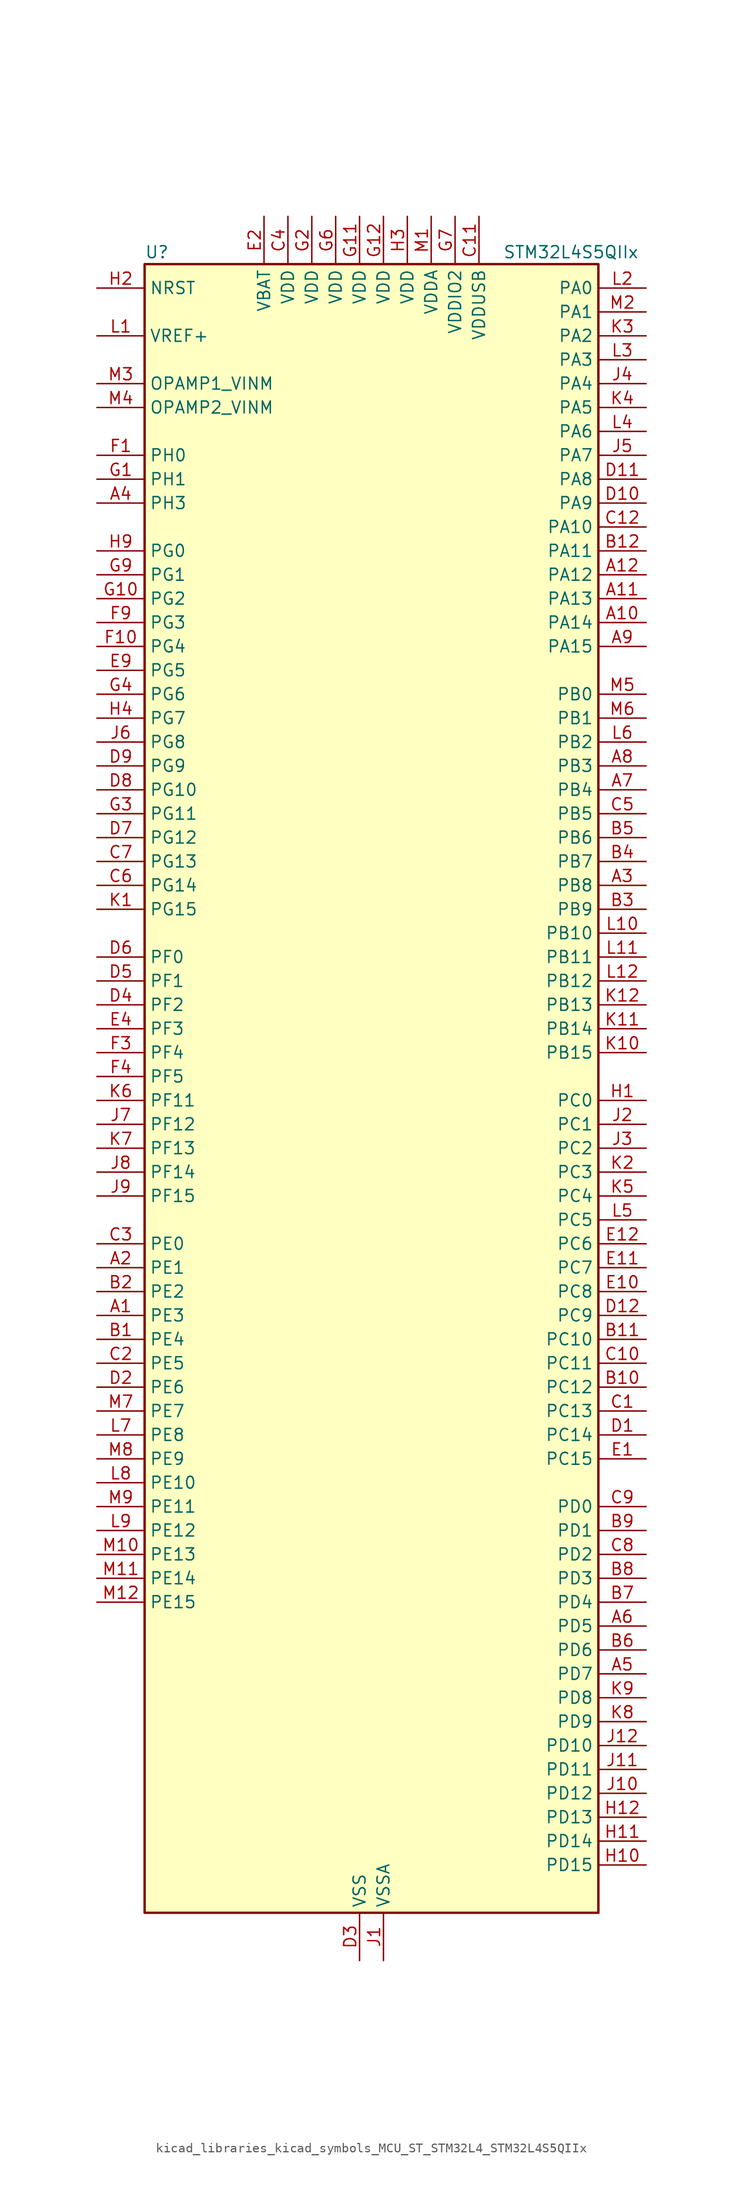
<source format=kicad_sym>
(kicad_symbol_lib
  (version 20220914)
  (generator kicad_symbol_editor)
  (symbol "kicad_libraries_kicad_symbols_MCU_ST_STM32L4_STM32L4S5QIIx"
    (property "Reference" "U"
      (at -22.86 90.17 0)
      (effects (font (size 1.27 1.27)) (justify left)))
    (property "Value" "STM32L4S5QIIx"
      (at 15.24 90.17 0)
      (effects (font (size 1.27 1.27)) (justify left)))
    (property "ki_locked" ""
      (at 0 0 0)
      (effects (font (size 1.27 1.27))))
    (symbol "kicad_libraries_kicad_symbols_MCU_ST_STM32L4_STM32L4S5QIIx_0_1"
      (rectangle (start -22.86 -86.36) (end 25.4 88.9) (stroke (width 0.254) (type default)) (fill (type background))))
    (symbol "kicad_libraries_kicad_symbols_MCU_ST_STM32L4_STM32L4S5QIIx_1_1"
      (pin bidirectional line (at -27.94 -22.86 0) (length 5.08) (name "PE3" (effects (font (size 1.27 1.27)))) (number "A1" (effects (font (size 1.27 1.27)))) (alternate "FMC_A19" bidirectional line) (alternate "OCTOSPIM_P1_DQS" bidirectional line) (alternate "SAI1_SD_B" bidirectional line) (alternate "SYS_TRACED0" bidirectional line) (alternate "TIM3_CH1" bidirectional line) (alternate "TSC_G7_IO2" bidirectional line))
      (pin bidirectional line (at 30.48 50.8 180) (length 5.08) (name "PA14" (effects (font (size 1.27 1.27)))) (number "A10" (effects (font (size 1.27 1.27)))) (alternate "I2C1_SMBA" bidirectional line) (alternate "I2C4_SMBA" bidirectional line) (alternate "LPTIM1_OUT" bidirectional line) (alternate "SAI1_FS_B" bidirectional line) (alternate "SYS_JTCK-SWCLK" bidirectional line) (alternate "USB_OTG_FS_SOF" bidirectional line))
      (pin bidirectional line (at 30.48 53.34 180) (length 5.08) (name "PA13" (effects (font (size 1.27 1.27)))) (number "A11" (effects (font (size 1.27 1.27)))) (alternate "IR_OUT" bidirectional line) (alternate "SAI1_SD_B" bidirectional line) (alternate "SYS_JTMS-SWDIO" bidirectional line) (alternate "USB_OTG_FS_NOE" bidirectional line))
      (pin bidirectional line (at 30.48 55.88 180) (length 5.08) (name "PA12" (effects (font (size 1.27 1.27)))) (number "A12" (effects (font (size 1.27 1.27)))) (alternate "CAN1_TX" bidirectional line) (alternate "SPI1_MOSI" bidirectional line) (alternate "TIM1_ETR" bidirectional line) (alternate "USART1_DE" bidirectional line) (alternate "USART1_RTS" bidirectional line) (alternate "USB_OTG_FS_DP" bidirectional line))
      (pin bidirectional line (at -27.94 -17.78 0) (length 5.08) (name "PE1" (effects (font (size 1.27 1.27)))) (number "A2" (effects (font (size 1.27 1.27)))) (alternate "DCMI_D3" bidirectional line) (alternate "FMC_NBL1" bidirectional line) (alternate "TIM17_CH1" bidirectional line))
      (pin bidirectional line (at 30.48 22.86 180) (length 5.08) (name "PB8" (effects (font (size 1.27 1.27)))) (number "A3" (effects (font (size 1.27 1.27)))) (alternate "CAN1_RX" bidirectional line) (alternate "DCMI_D6" bidirectional line) (alternate "DFSDM1_CKOUT" bidirectional line) (alternate "DFSDM1_DATIN6" bidirectional line) (alternate "I2C1_SCL" bidirectional line) (alternate "SAI1_CK1" bidirectional line) (alternate "SAI1_MCLK_A" bidirectional line) (alternate "SDMMC1_CKIN" bidirectional line) (alternate "SDMMC1_D4" bidirectional line) (alternate "TIM16_CH1" bidirectional line) (alternate "TIM4_CH3" bidirectional line))
      (pin bidirectional line (at -27.94 63.5 0) (length 5.08) (name "PH3" (effects (font (size 1.27 1.27)))) (number "A4" (effects (font (size 1.27 1.27)))))
      (pin bidirectional line (at 30.48 -60.96 180) (length 5.08) (name "PD7" (effects (font (size 1.27 1.27)))) (number "A5" (effects (font (size 1.27 1.27)))) (alternate "DFSDM1_CKIN1" bidirectional line) (alternate "FMC_NCE" bidirectional line) (alternate "FMC_NE1" bidirectional line) (alternate "OCTOSPIM_P1_IO7" bidirectional line) (alternate "USART2_CK" bidirectional line))
      (pin bidirectional line (at 30.48 -55.88 180) (length 5.08) (name "PD5" (effects (font (size 1.27 1.27)))) (number "A6" (effects (font (size 1.27 1.27)))) (alternate "FMC_NWE" bidirectional line) (alternate "OCTOSPIM_P1_IO5" bidirectional line) (alternate "USART2_TX" bidirectional line))
      (pin bidirectional line (at 30.48 33.02 180) (length 5.08) (name "PB4" (effects (font (size 1.27 1.27)))) (number "A7" (effects (font (size 1.27 1.27)))) (alternate "COMP2_INP" bidirectional line) (alternate "DCMI_D12" bidirectional line) (alternate "I2C3_SDA" bidirectional line) (alternate "SAI1_MCLK_B" bidirectional line) (alternate "SPI1_MISO" bidirectional line) (alternate "SPI3_MISO" bidirectional line) (alternate "SYS_JTRST" bidirectional line) (alternate "TIM17_BKIN" bidirectional line) (alternate "TIM3_CH1" bidirectional line) (alternate "TSC_G2_IO1" bidirectional line) (alternate "UART5_DE" bidirectional line) (alternate "UART5_RTS" bidirectional line) (alternate "USART1_CTS" bidirectional line) (alternate "USART1_NSS" bidirectional line))
      (pin bidirectional line (at 30.48 35.56 180) (length 5.08) (name "PB3" (effects (font (size 1.27 1.27)))) (number "A8" (effects (font (size 1.27 1.27)))) (alternate "COMP2_INM" bidirectional line) (alternate "CRS_SYNC" bidirectional line) (alternate "SAI1_SCK_B" bidirectional line) (alternate "SPI1_SCK" bidirectional line) (alternate "SPI3_SCK" bidirectional line) (alternate "SYS_JTDO-SWO" bidirectional line) (alternate "TIM2_CH2" bidirectional line) (alternate "USART1_DE" bidirectional line) (alternate "USART1_RTS" bidirectional line))
      (pin bidirectional line (at 30.48 48.26 180) (length 5.08) (name "PA15" (effects (font (size 1.27 1.27)))) (number "A9" (effects (font (size 1.27 1.27)))) (alternate "ADC1_EXTI15" bidirectional line) (alternate "SAI2_FS_B" bidirectional line) (alternate "SPI1_NSS" bidirectional line) (alternate "SPI3_NSS" bidirectional line) (alternate "SYS_JTDI" bidirectional line) (alternate "TIM2_CH1" bidirectional line) (alternate "TIM2_ETR" bidirectional line) (alternate "TSC_G3_IO1" bidirectional line) (alternate "UART4_DE" bidirectional line) (alternate "UART4_RTS" bidirectional line) (alternate "USART2_RX" bidirectional line) (alternate "USART3_DE" bidirectional line) (alternate "USART3_RTS" bidirectional line))
      (pin bidirectional line (at -27.94 -25.4 0) (length 5.08) (name "PE4" (effects (font (size 1.27 1.27)))) (number "B1" (effects (font (size 1.27 1.27)))) (alternate "DCMI_D4" bidirectional line) (alternate "DFSDM1_DATIN3" bidirectional line) (alternate "FMC_A20" bidirectional line) (alternate "SAI1_D2" bidirectional line) (alternate "SAI1_FS_A" bidirectional line) (alternate "SYS_TRACED1" bidirectional line) (alternate "TIM3_CH2" bidirectional line) (alternate "TSC_G7_IO3" bidirectional line))
      (pin bidirectional line (at 30.48 -30.48 180) (length 5.08) (name "PC12" (effects (font (size 1.27 1.27)))) (number "B10" (effects (font (size 1.27 1.27)))) (alternate "DCMI_D9" bidirectional line) (alternate "SAI2_SD_B" bidirectional line) (alternate "SDMMC1_CK" bidirectional line) (alternate "SPI3_MOSI" bidirectional line) (alternate "SYS_TRACED3" bidirectional line) (alternate "TSC_G3_IO4" bidirectional line) (alternate "UART5_TX" bidirectional line) (alternate "USART3_CK" bidirectional line))
      (pin bidirectional line (at 30.48 -25.4 180) (length 5.08) (name "PC10" (effects (font (size 1.27 1.27)))) (number "B11" (effects (font (size 1.27 1.27)))) (alternate "DCMI_D8" bidirectional line) (alternate "SAI2_SCK_B" bidirectional line) (alternate "SDMMC1_D2" bidirectional line) (alternate "SPI3_SCK" bidirectional line) (alternate "SYS_TRACED1" bidirectional line) (alternate "TSC_G3_IO2" bidirectional line) (alternate "UART4_TX" bidirectional line) (alternate "USART3_TX" bidirectional line))
      (pin bidirectional line (at 30.48 58.42 180) (length 5.08) (name "PA11" (effects (font (size 1.27 1.27)))) (number "B12" (effects (font (size 1.27 1.27)))) (alternate "ADC1_EXTI11" bidirectional line) (alternate "CAN1_RX" bidirectional line) (alternate "SPI1_MISO" bidirectional line) (alternate "TIM1_BKIN2" bidirectional line) (alternate "TIM1_CH4" bidirectional line) (alternate "USART1_CTS" bidirectional line) (alternate "USART1_NSS" bidirectional line) (alternate "USB_OTG_FS_DM" bidirectional line))
      (pin bidirectional line (at -27.94 -20.32 0) (length 5.08) (name "PE2" (effects (font (size 1.27 1.27)))) (number "B2" (effects (font (size 1.27 1.27)))) (alternate "FMC_A23" bidirectional line) (alternate "SAI1_CK1" bidirectional line) (alternate "SAI1_MCLK_A" bidirectional line) (alternate "SYS_TRACECLK" bidirectional line) (alternate "TIM3_ETR" bidirectional line) (alternate "TSC_G7_IO1" bidirectional line))
      (pin bidirectional line (at 30.48 20.32 180) (length 5.08) (name "PB9" (effects (font (size 1.27 1.27)))) (number "B3" (effects (font (size 1.27 1.27)))) (alternate "CAN1_TX" bidirectional line) (alternate "DAC1_EXTI9" bidirectional line) (alternate "DCMI_D7" bidirectional line) (alternate "DFSDM1_CKIN6" bidirectional line) (alternate "I2C1_SDA" bidirectional line) (alternate "IR_OUT" bidirectional line) (alternate "SAI1_D2" bidirectional line) (alternate "SAI1_FS_A" bidirectional line) (alternate "SDMMC1_CDIR" bidirectional line) (alternate "SDMMC1_D5" bidirectional line) (alternate "SPI2_NSS" bidirectional line) (alternate "TIM17_CH1" bidirectional line) (alternate "TIM4_CH4" bidirectional line))
      (pin bidirectional line (at 30.48 25.4 180) (length 5.08) (name "PB7" (effects (font (size 1.27 1.27)))) (number "B4" (effects (font (size 1.27 1.27)))) (alternate "COMP2_INM" bidirectional line) (alternate "DCMI_VSYNC" bidirectional line) (alternate "DFSDM1_CKIN5" bidirectional line) (alternate "FMC_NL" bidirectional line) (alternate "I2C1_SDA" bidirectional line) (alternate "I2C4_SDA" bidirectional line) (alternate "LPTIM1_IN2" bidirectional line) (alternate "SYS_PVD_IN" bidirectional line) (alternate "TIM17_CH1N" bidirectional line) (alternate "TIM4_CH2" bidirectional line) (alternate "TIM8_BKIN" bidirectional line) (alternate "TSC_G2_IO4" bidirectional line) (alternate "UART4_CTS" bidirectional line) (alternate "USART1_RX" bidirectional line))
      (pin bidirectional line (at 30.48 27.94 180) (length 5.08) (name "PB6" (effects (font (size 1.27 1.27)))) (number "B5" (effects (font (size 1.27 1.27)))) (alternate "COMP2_INP" bidirectional line) (alternate "DCMI_D5" bidirectional line) (alternate "DFSDM1_DATIN5" bidirectional line) (alternate "I2C1_SCL" bidirectional line) (alternate "I2C4_SCL" bidirectional line) (alternate "LPTIM1_ETR" bidirectional line) (alternate "SAI1_FS_B" bidirectional line) (alternate "TIM16_CH1N" bidirectional line) (alternate "TIM4_CH1" bidirectional line) (alternate "TIM8_BKIN2" bidirectional line) (alternate "TSC_G2_IO3" bidirectional line) (alternate "USART1_TX" bidirectional line))
      (pin bidirectional line (at 30.48 -58.42 180) (length 5.08) (name "PD6" (effects (font (size 1.27 1.27)))) (number "B6" (effects (font (size 1.27 1.27)))) (alternate "DCMI_D10" bidirectional line) (alternate "DFSDM1_DATIN1" bidirectional line) (alternate "FMC_NWAIT" bidirectional line) (alternate "OCTOSPIM_P1_IO6" bidirectional line) (alternate "SAI1_D1" bidirectional line) (alternate "SAI1_SD_A" bidirectional line) (alternate "SPI3_MOSI" bidirectional line) (alternate "USART2_RX" bidirectional line))
      (pin bidirectional line (at 30.48 -53.34 180) (length 5.08) (name "PD4" (effects (font (size 1.27 1.27)))) (number "B7" (effects (font (size 1.27 1.27)))) (alternate "DFSDM1_CKIN0" bidirectional line) (alternate "FMC_NOE" bidirectional line) (alternate "OCTOSPIM_P1_IO4" bidirectional line) (alternate "SPI2_MOSI" bidirectional line) (alternate "USART2_DE" bidirectional line) (alternate "USART2_RTS" bidirectional line))
      (pin bidirectional line (at 30.48 -50.8 180) (length 5.08) (name "PD3" (effects (font (size 1.27 1.27)))) (number "B8" (effects (font (size 1.27 1.27)))) (alternate "DCMI_D5" bidirectional line) (alternate "DFSDM1_DATIN0" bidirectional line) (alternate "FMC_CLK" bidirectional line) (alternate "OCTOSPIM_P2_NCS" bidirectional line) (alternate "SPI2_MISO" bidirectional line) (alternate "SPI2_SCK" bidirectional line) (alternate "USART2_CTS" bidirectional line) (alternate "USART2_NSS" bidirectional line))
      (pin bidirectional line (at 30.48 -45.72 180) (length 5.08) (name "PD1" (effects (font (size 1.27 1.27)))) (number "B9" (effects (font (size 1.27 1.27)))) (alternate "CAN1_TX" bidirectional line) (alternate "DFSDM1_CKIN7" bidirectional line) (alternate "FMC_D3" bidirectional line) (alternate "FMC_DA3" bidirectional line) (alternate "SPI2_SCK" bidirectional line))
      (pin bidirectional line (at 30.48 -33.02 180) (length 5.08) (name "PC13" (effects (font (size 1.27 1.27)))) (number "C1" (effects (font (size 1.27 1.27)))) (alternate "RTC_OUT_ALARM" bidirectional line) (alternate "RTC_OUT_CALIB" bidirectional line) (alternate "RTC_TAMP1" bidirectional line) (alternate "RTC_TS" bidirectional line) (alternate "SYS_WKUP2" bidirectional line))
      (pin bidirectional line (at 30.48 -27.94 180) (length 5.08) (name "PC11" (effects (font (size 1.27 1.27)))) (number "C10" (effects (font (size 1.27 1.27)))) (alternate "ADC1_EXTI11" bidirectional line) (alternate "DCMI_D2" bidirectional line) (alternate "DCMI_D4" bidirectional line) (alternate "OCTOSPIM_P1_NCS" bidirectional line) (alternate "SAI2_MCLK_B" bidirectional line) (alternate "SDMMC1_D3" bidirectional line) (alternate "SPI3_MISO" bidirectional line) (alternate "TSC_G3_IO3" bidirectional line) (alternate "UART4_RX" bidirectional line) (alternate "USART3_RX" bidirectional line))
      (pin power_in line (at 12.7 93.98 270) (length 5.08) (name "VDDUSB" (effects (font (size 1.27 1.27)))) (number "C11" (effects (font (size 1.27 1.27)))))
      (pin bidirectional line (at 30.48 60.96 180) (length 5.08) (name "PA10" (effects (font (size 1.27 1.27)))) (number "C12" (effects (font (size 1.27 1.27)))) (alternate "DCMI_D1" bidirectional line) (alternate "SAI1_D1" bidirectional line) (alternate "SAI1_SD_A" bidirectional line) (alternate "TIM17_BKIN" bidirectional line) (alternate "TIM1_CH3" bidirectional line) (alternate "USART1_RX" bidirectional line) (alternate "USB_OTG_FS_ID" bidirectional line))
      (pin bidirectional line (at -27.94 -27.94 0) (length 5.08) (name "PE5" (effects (font (size 1.27 1.27)))) (number "C2" (effects (font (size 1.27 1.27)))) (alternate "DCMI_D6" bidirectional line) (alternate "DFSDM1_CKIN3" bidirectional line) (alternate "FMC_A21" bidirectional line) (alternate "SAI1_CK2" bidirectional line) (alternate "SAI1_SCK_A" bidirectional line) (alternate "SYS_TRACED2" bidirectional line) (alternate "TIM3_CH3" bidirectional line) (alternate "TSC_G7_IO4" bidirectional line))
      (pin bidirectional line (at -27.94 -15.24 0) (length 5.08) (name "PE0" (effects (font (size 1.27 1.27)))) (number "C3" (effects (font (size 1.27 1.27)))) (alternate "DCMI_D2" bidirectional line) (alternate "FMC_NBL0" bidirectional line) (alternate "TIM16_CH1" bidirectional line) (alternate "TIM4_ETR" bidirectional line))
      (pin power_in line (at -7.62 93.98 270) (length 5.08) (name "VDD" (effects (font (size 1.27 1.27)))) (number "C4" (effects (font (size 1.27 1.27)))))
      (pin bidirectional line (at 30.48 30.48 180) (length 5.08) (name "PB5" (effects (font (size 1.27 1.27)))) (number "C5" (effects (font (size 1.27 1.27)))) (alternate "COMP2_OUT" bidirectional line) (alternate "DCMI_D10" bidirectional line) (alternate "I2C1_SMBA" bidirectional line) (alternate "LPTIM1_IN1" bidirectional line) (alternate "SAI1_SD_B" bidirectional line) (alternate "SPI1_MOSI" bidirectional line) (alternate "SPI3_MOSI" bidirectional line) (alternate "TIM16_BKIN" bidirectional line) (alternate "TIM3_CH2" bidirectional line) (alternate "TSC_G2_IO2" bidirectional line) (alternate "UART5_CTS" bidirectional line) (alternate "USART1_CK" bidirectional line))
      (pin bidirectional line (at -27.94 22.86 0) (length 5.08) (name "PG14" (effects (font (size 1.27 1.27)))) (number "C6" (effects (font (size 1.27 1.27)))) (alternate "FMC_A25" bidirectional line) (alternate "I2C1_SCL" bidirectional line))
      (pin bidirectional line (at -27.94 25.4 0) (length 5.08) (name "PG13" (effects (font (size 1.27 1.27)))) (number "C7" (effects (font (size 1.27 1.27)))) (alternate "FMC_A24" bidirectional line) (alternate "I2C1_SDA" bidirectional line) (alternate "USART1_CK" bidirectional line))
      (pin bidirectional line (at 30.48 -48.26 180) (length 5.08) (name "PD2" (effects (font (size 1.27 1.27)))) (number "C8" (effects (font (size 1.27 1.27)))) (alternate "DCMI_D11" bidirectional line) (alternate "SDMMC1_CMD" bidirectional line) (alternate "SYS_TRACED2" bidirectional line) (alternate "TIM3_ETR" bidirectional line) (alternate "TSC_SYNC" bidirectional line) (alternate "UART5_RX" bidirectional line) (alternate "USART3_DE" bidirectional line) (alternate "USART3_RTS" bidirectional line))
      (pin bidirectional line (at 30.48 -43.18 180) (length 5.08) (name "PD0" (effects (font (size 1.27 1.27)))) (number "C9" (effects (font (size 1.27 1.27)))) (alternate "CAN1_RX" bidirectional line) (alternate "DFSDM1_DATIN7" bidirectional line) (alternate "FMC_D2" bidirectional line) (alternate "FMC_DA2" bidirectional line) (alternate "SPI2_NSS" bidirectional line))
      (pin bidirectional line (at 30.48 -35.56 180) (length 5.08) (name "PC14" (effects (font (size 1.27 1.27)))) (number "D1" (effects (font (size 1.27 1.27)))) (alternate "RCC_OSC32_IN" bidirectional line))
      (pin bidirectional line (at 30.48 63.5 180) (length 5.08) (name "PA9" (effects (font (size 1.27 1.27)))) (number "D10" (effects (font (size 1.27 1.27)))) (alternate "DAC1_EXTI9" bidirectional line) (alternate "DCMI_D0" bidirectional line) (alternate "SAI1_FS_A" bidirectional line) (alternate "SPI2_SCK" bidirectional line) (alternate "TIM15_BKIN" bidirectional line) (alternate "TIM1_CH2" bidirectional line) (alternate "USART1_TX" bidirectional line) (alternate "USB_OTG_FS_VBUS" bidirectional line))
      (pin bidirectional line (at 30.48 66.04 180) (length 5.08) (name "PA8" (effects (font (size 1.27 1.27)))) (number "D11" (effects (font (size 1.27 1.27)))) (alternate "LPTIM2_OUT" bidirectional line) (alternate "RCC_MCO" bidirectional line) (alternate "SAI1_CK2" bidirectional line) (alternate "SAI1_SCK_A" bidirectional line) (alternate "TIM1_CH1" bidirectional line) (alternate "USART1_CK" bidirectional line) (alternate "USB_OTG_FS_SOF" bidirectional line))
      (pin bidirectional line (at 30.48 -22.86 180) (length 5.08) (name "PC9" (effects (font (size 1.27 1.27)))) (number "D12" (effects (font (size 1.27 1.27)))) (alternate "DAC1_EXTI9" bidirectional line) (alternate "DCMI_D3" bidirectional line) (alternate "I2C3_SDA" bidirectional line) (alternate "SAI2_EXTCLK" bidirectional line) (alternate "SDMMC1_D1" bidirectional line) (alternate "SYS_TRACED0" bidirectional line) (alternate "TIM3_CH4" bidirectional line) (alternate "TIM8_BKIN2" bidirectional line) (alternate "TIM8_CH4" bidirectional line) (alternate "TSC_G4_IO4" bidirectional line) (alternate "USB_OTG_FS_NOE" bidirectional line))
      (pin bidirectional line (at -27.94 -30.48 0) (length 5.08) (name "PE6" (effects (font (size 1.27 1.27)))) (number "D2" (effects (font (size 1.27 1.27)))) (alternate "DCMI_D7" bidirectional line) (alternate "FMC_A22" bidirectional line) (alternate "RTC_TAMP3" bidirectional line) (alternate "SAI1_D1" bidirectional line) (alternate "SAI1_SD_A" bidirectional line) (alternate "SYS_TRACED3" bidirectional line) (alternate "SYS_WKUP3" bidirectional line) (alternate "TIM3_CH4" bidirectional line))
      (pin power_in line (at 0 -91.44 90) (length 5.08) (name "VSS" (effects (font (size 1.27 1.27)))) (number "D3" (effects (font (size 1.27 1.27)))))
      (pin bidirectional line (at -27.94 10.16 0) (length 5.08) (name "PF2" (effects (font (size 1.27 1.27)))) (number "D4" (effects (font (size 1.27 1.27)))) (alternate "FMC_A2" bidirectional line) (alternate "I2C2_SMBA" bidirectional line) (alternate "OCTOSPIM_P2_IO2" bidirectional line))
      (pin bidirectional line (at -27.94 12.7 0) (length 5.08) (name "PF1" (effects (font (size 1.27 1.27)))) (number "D5" (effects (font (size 1.27 1.27)))) (alternate "FMC_A1" bidirectional line) (alternate "I2C2_SCL" bidirectional line) (alternate "OCTOSPIM_P2_IO1" bidirectional line))
      (pin bidirectional line (at -27.94 15.24 0) (length 5.08) (name "PF0" (effects (font (size 1.27 1.27)))) (number "D6" (effects (font (size 1.27 1.27)))) (alternate "FMC_A0" bidirectional line) (alternate "I2C2_SDA" bidirectional line) (alternate "OCTOSPIM_P2_IO0" bidirectional line))
      (pin bidirectional line (at -27.94 27.94 0) (length 5.08) (name "PG12" (effects (font (size 1.27 1.27)))) (number "D7" (effects (font (size 1.27 1.27)))) (alternate "FMC_NE4" bidirectional line) (alternate "LPTIM1_ETR" bidirectional line) (alternate "OCTOSPIM_P2_NCS" bidirectional line) (alternate "SAI2_SD_A" bidirectional line) (alternate "SPI3_NSS" bidirectional line) (alternate "USART1_DE" bidirectional line) (alternate "USART1_RTS" bidirectional line))
      (pin bidirectional line (at -27.94 33.02 0) (length 5.08) (name "PG10" (effects (font (size 1.27 1.27)))) (number "D8" (effects (font (size 1.27 1.27)))) (alternate "FMC_NE3" bidirectional line) (alternate "LPTIM1_IN1" bidirectional line) (alternate "OCTOSPIM_P2_IO7" bidirectional line) (alternate "SAI2_FS_A" bidirectional line) (alternate "SPI3_MISO" bidirectional line) (alternate "TIM15_CH1" bidirectional line) (alternate "USART1_RX" bidirectional line))
      (pin bidirectional line (at -27.94 35.56 0) (length 5.08) (name "PG9" (effects (font (size 1.27 1.27)))) (number "D9" (effects (font (size 1.27 1.27)))) (alternate "DAC1_EXTI9" bidirectional line) (alternate "FMC_NCE" bidirectional line) (alternate "FMC_NE2" bidirectional line) (alternate "OCTOSPIM_P2_IO6" bidirectional line) (alternate "SAI2_SCK_A" bidirectional line) (alternate "SPI3_SCK" bidirectional line) (alternate "TIM15_CH1N" bidirectional line) (alternate "USART1_TX" bidirectional line))
      (pin bidirectional line (at 30.48 -38.1 180) (length 5.08) (name "PC15" (effects (font (size 1.27 1.27)))) (number "E1" (effects (font (size 1.27 1.27)))) (alternate "ADC1_EXTI15" bidirectional line) (alternate "RCC_OSC32_OUT" bidirectional line))
      (pin bidirectional line (at 30.48 -20.32 180) (length 5.08) (name "PC8" (effects (font (size 1.27 1.27)))) (number "E10" (effects (font (size 1.27 1.27)))) (alternate "DCMI_D2" bidirectional line) (alternate "SDMMC1_D0" bidirectional line) (alternate "TIM3_CH3" bidirectional line) (alternate "TIM8_CH3" bidirectional line) (alternate "TSC_G4_IO3" bidirectional line))
      (pin bidirectional line (at 30.48 -17.78 180) (length 5.08) (name "PC7" (effects (font (size 1.27 1.27)))) (number "E11" (effects (font (size 1.27 1.27)))) (alternate "DCMI_D1" bidirectional line) (alternate "DFSDM1_DATIN3" bidirectional line) (alternate "SAI2_MCLK_B" bidirectional line) (alternate "SDMMC1_D123DIR" bidirectional line) (alternate "SDMMC1_D7" bidirectional line) (alternate "TIM3_CH2" bidirectional line) (alternate "TIM8_CH2" bidirectional line) (alternate "TSC_G4_IO2" bidirectional line))
      (pin bidirectional line (at 30.48 -15.24 180) (length 5.08) (name "PC6" (effects (font (size 1.27 1.27)))) (number "E12" (effects (font (size 1.27 1.27)))) (alternate "DCMI_D0" bidirectional line) (alternate "DFSDM1_CKIN3" bidirectional line) (alternate "SAI2_MCLK_A" bidirectional line) (alternate "SDMMC1_D0DIR" bidirectional line) (alternate "SDMMC1_D6" bidirectional line) (alternate "TIM3_CH1" bidirectional line) (alternate "TIM8_CH1" bidirectional line) (alternate "TSC_G4_IO1" bidirectional line))
      (pin power_in line (at -10.16 93.98 270) (length 5.08) (name "VBAT" (effects (font (size 1.27 1.27)))) (number "E2" (effects (font (size 1.27 1.27)))))
      (pin passive line (at 0 -91.44 90) (length 5.08) hide (name "VSS" (effects (font (size 1.27 1.27)))) (number "E3" (effects (font (size 1.27 1.27)))))
      (pin bidirectional line (at -27.94 7.62 0) (length 5.08) (name "PF3" (effects (font (size 1.27 1.27)))) (number "E4" (effects (font (size 1.27 1.27)))) (alternate "FMC_A3" bidirectional line) (alternate "OCTOSPIM_P2_IO3" bidirectional line))
      (pin bidirectional line (at -27.94 45.72 0) (length 5.08) (name "PG5" (effects (font (size 1.27 1.27)))) (number "E9" (effects (font (size 1.27 1.27)))) (alternate "FMC_A15" bidirectional line) (alternate "LPUART1_CTS" bidirectional line) (alternate "SAI2_SD_B" bidirectional line) (alternate "SPI1_NSS" bidirectional line))
      (pin bidirectional line (at -27.94 68.58 0) (length 5.08) (name "PH0" (effects (font (size 1.27 1.27)))) (number "F1" (effects (font (size 1.27 1.27)))) (alternate "RCC_OSC_IN" bidirectional line))
      (pin bidirectional line (at -27.94 48.26 0) (length 5.08) (name "PG4" (effects (font (size 1.27 1.27)))) (number "F10" (effects (font (size 1.27 1.27)))) (alternate "FMC_A14" bidirectional line) (alternate "SAI2_MCLK_B" bidirectional line) (alternate "SPI1_MOSI" bidirectional line))
      (pin passive line (at 0 -91.44 90) (length 5.08) hide (name "VSS" (effects (font (size 1.27 1.27)))) (number "F11" (effects (font (size 1.27 1.27)))))
      (pin passive line (at 0 -91.44 90) (length 5.08) hide (name "VSS" (effects (font (size 1.27 1.27)))) (number "F12" (effects (font (size 1.27 1.27)))))
      (pin passive line (at 0 -91.44 90) (length 5.08) hide (name "VSS" (effects (font (size 1.27 1.27)))) (number "F2" (effects (font (size 1.27 1.27)))))
      (pin bidirectional line (at -27.94 5.08 0) (length 5.08) (name "PF4" (effects (font (size 1.27 1.27)))) (number "F3" (effects (font (size 1.27 1.27)))) (alternate "FMC_A4" bidirectional line) (alternate "OCTOSPIM_P2_CLK" bidirectional line))
      (pin bidirectional line (at -27.94 2.54 0) (length 5.08) (name "PF5" (effects (font (size 1.27 1.27)))) (number "F4" (effects (font (size 1.27 1.27)))) (alternate "FMC_A5" bidirectional line))
      (pin passive line (at 0 -91.44 90) (length 5.08) hide (name "VSS" (effects (font (size 1.27 1.27)))) (number "F6" (effects (font (size 1.27 1.27)))))
      (pin passive line (at 0 -91.44 90) (length 5.08) hide (name "VSS" (effects (font (size 1.27 1.27)))) (number "F7" (effects (font (size 1.27 1.27)))))
      (pin bidirectional line (at -27.94 50.8 0) (length 5.08) (name "PG3" (effects (font (size 1.27 1.27)))) (number "F9" (effects (font (size 1.27 1.27)))) (alternate "FMC_A13" bidirectional line) (alternate "SAI2_FS_B" bidirectional line) (alternate "SPI1_MISO" bidirectional line))
      (pin bidirectional line (at -27.94 66.04 0) (length 5.08) (name "PH1" (effects (font (size 1.27 1.27)))) (number "G1" (effects (font (size 1.27 1.27)))) (alternate "RCC_OSC_OUT" bidirectional line))
      (pin bidirectional line (at -27.94 53.34 0) (length 5.08) (name "PG2" (effects (font (size 1.27 1.27)))) (number "G10" (effects (font (size 1.27 1.27)))) (alternate "FMC_A12" bidirectional line) (alternate "SAI2_SCK_B" bidirectional line) (alternate "SPI1_SCK" bidirectional line))
      (pin power_in line (at 0 93.98 270) (length 5.08) (name "VDD" (effects (font (size 1.27 1.27)))) (number "G11" (effects (font (size 1.27 1.27)))))
      (pin power_in line (at 2.54 93.98 270) (length 5.08) (name "VDD" (effects (font (size 1.27 1.27)))) (number "G12" (effects (font (size 1.27 1.27)))))
      (pin power_in line (at -5.08 93.98 270) (length 5.08) (name "VDD" (effects (font (size 1.27 1.27)))) (number "G2" (effects (font (size 1.27 1.27)))))
      (pin bidirectional line (at -27.94 30.48 0) (length 5.08) (name "PG11" (effects (font (size 1.27 1.27)))) (number "G3" (effects (font (size 1.27 1.27)))) (alternate "ADC1_EXTI11" bidirectional line) (alternate "LPTIM1_IN2" bidirectional line) (alternate "OCTOSPIM_P1_IO5" bidirectional line) (alternate "SAI2_MCLK_A" bidirectional line) (alternate "SPI3_MOSI" bidirectional line) (alternate "TIM15_CH2" bidirectional line) (alternate "USART1_CTS" bidirectional line) (alternate "USART1_NSS" bidirectional line))
      (pin bidirectional line (at -27.94 43.18 0) (length 5.08) (name "PG6" (effects (font (size 1.27 1.27)))) (number "G4" (effects (font (size 1.27 1.27)))) (alternate "I2C3_SMBA" bidirectional line) (alternate "LPUART1_DE" bidirectional line) (alternate "LPUART1_RTS" bidirectional line) (alternate "OCTOSPIM_P1_DQS" bidirectional line))
      (pin power_in line (at -2.54 93.98 270) (length 5.08) (name "VDD" (effects (font (size 1.27 1.27)))) (number "G6" (effects (font (size 1.27 1.27)))))
      (pin power_in line (at 10.16 93.98 270) (length 5.08) (name "VDDIO2" (effects (font (size 1.27 1.27)))) (number "G7" (effects (font (size 1.27 1.27)))))
      (pin bidirectional line (at -27.94 55.88 0) (length 5.08) (name "PG1" (effects (font (size 1.27 1.27)))) (number "G9" (effects (font (size 1.27 1.27)))) (alternate "FMC_A11" bidirectional line) (alternate "OCTOSPIM_P2_IO5" bidirectional line) (alternate "TSC_G8_IO4" bidirectional line))
      (pin bidirectional line (at 30.48 0 180) (length 5.08) (name "PC0" (effects (font (size 1.27 1.27)))) (number "H1" (effects (font (size 1.27 1.27)))) (alternate "ADC1_IN1" bidirectional line) (alternate "DFSDM1_DATIN4" bidirectional line) (alternate "I2C3_SCL" bidirectional line) (alternate "LPTIM1_IN1" bidirectional line) (alternate "LPTIM2_IN1" bidirectional line) (alternate "LPUART1_RX" bidirectional line) (alternate "SAI2_FS_A" bidirectional line))
      (pin bidirectional line (at 30.48 -81.28 180) (length 5.08) (name "PD15" (effects (font (size 1.27 1.27)))) (number "H10" (effects (font (size 1.27 1.27)))) (alternate "ADC1_EXTI15" bidirectional line) (alternate "FMC_D1" bidirectional line) (alternate "FMC_DA1" bidirectional line) (alternate "TIM4_CH4" bidirectional line))
      (pin bidirectional line (at 30.48 -78.74 180) (length 5.08) (name "PD14" (effects (font (size 1.27 1.27)))) (number "H11" (effects (font (size 1.27 1.27)))) (alternate "FMC_D0" bidirectional line) (alternate "FMC_DA0" bidirectional line) (alternate "TIM4_CH3" bidirectional line))
      (pin bidirectional line (at 30.48 -76.2 180) (length 5.08) (name "PD13" (effects (font (size 1.27 1.27)))) (number "H12" (effects (font (size 1.27 1.27)))) (alternate "FMC_A18" bidirectional line) (alternate "I2C4_SDA" bidirectional line) (alternate "LPTIM2_OUT" bidirectional line) (alternate "TIM4_CH2" bidirectional line) (alternate "TSC_G6_IO4" bidirectional line))
      (pin input line (at -27.94 86.36 0) (length 5.08) (name "NRST" (effects (font (size 1.27 1.27)))) (number "H2" (effects (font (size 1.27 1.27)))))
      (pin power_in line (at 5.08 93.98 270) (length 5.08) (name "VDD" (effects (font (size 1.27 1.27)))) (number "H3" (effects (font (size 1.27 1.27)))))
      (pin bidirectional line (at -27.94 40.64 0) (length 5.08) (name "PG7" (effects (font (size 1.27 1.27)))) (number "H4" (effects (font (size 1.27 1.27)))) (alternate "DFSDM1_CKOUT" bidirectional line) (alternate "FMC_INT" bidirectional line) (alternate "I2C3_SCL" bidirectional line) (alternate "LPUART1_TX" bidirectional line) (alternate "OCTOSPIM_P2_DQS" bidirectional line) (alternate "SAI1_CK1" bidirectional line) (alternate "SAI1_MCLK_A" bidirectional line))
      (pin bidirectional line (at -27.94 58.42 0) (length 5.08) (name "PG0" (effects (font (size 1.27 1.27)))) (number "H9" (effects (font (size 1.27 1.27)))) (alternate "FMC_A10" bidirectional line) (alternate "OCTOSPIM_P2_IO4" bidirectional line) (alternate "TSC_G8_IO3" bidirectional line))
      (pin power_in line (at 2.54 -91.44 90) (length 5.08) (name "VSSA" (effects (font (size 1.27 1.27)))) (number "J1" (effects (font (size 1.27 1.27)))))
      (pin bidirectional line (at 30.48 -73.66 180) (length 5.08) (name "PD12" (effects (font (size 1.27 1.27)))) (number "J10" (effects (font (size 1.27 1.27)))) (alternate "FMC_A17" bidirectional line) (alternate "FMC_ALE" bidirectional line) (alternate "I2C4_SCL" bidirectional line) (alternate "LPTIM2_IN1" bidirectional line) (alternate "SAI2_FS_A" bidirectional line) (alternate "TIM4_CH1" bidirectional line) (alternate "TSC_G6_IO3" bidirectional line) (alternate "USART3_DE" bidirectional line) (alternate "USART3_RTS" bidirectional line))
      (pin bidirectional line (at 30.48 -71.12 180) (length 5.08) (name "PD11" (effects (font (size 1.27 1.27)))) (number "J11" (effects (font (size 1.27 1.27)))) (alternate "ADC1_EXTI11" bidirectional line) (alternate "FMC_A16" bidirectional line) (alternate "FMC_CLE" bidirectional line) (alternate "I2C4_SMBA" bidirectional line) (alternate "LPTIM2_ETR" bidirectional line) (alternate "SAI2_SD_A" bidirectional line) (alternate "TSC_G6_IO2" bidirectional line) (alternate "USART3_CTS" bidirectional line) (alternate "USART3_NSS" bidirectional line))
      (pin bidirectional line (at 30.48 -68.58 180) (length 5.08) (name "PD10" (effects (font (size 1.27 1.27)))) (number "J12" (effects (font (size 1.27 1.27)))) (alternate "FMC_D15" bidirectional line) (alternate "FMC_DA15" bidirectional line) (alternate "SAI2_SCK_A" bidirectional line) (alternate "TSC_G6_IO1" bidirectional line) (alternate "USART3_CK" bidirectional line))
      (pin bidirectional line (at 30.48 -2.54 180) (length 5.08) (name "PC1" (effects (font (size 1.27 1.27)))) (number "J2" (effects (font (size 1.27 1.27)))) (alternate "ADC1_IN2" bidirectional line) (alternate "DFSDM1_CKIN4" bidirectional line) (alternate "I2C3_SDA" bidirectional line) (alternate "LPTIM1_OUT" bidirectional line) (alternate "LPUART1_TX" bidirectional line) (alternate "OCTOSPIM_P1_IO4" bidirectional line) (alternate "SAI1_SD_A" bidirectional line) (alternate "SPI2_MOSI" bidirectional line) (alternate "SYS_TRACED0" bidirectional line))
      (pin bidirectional line (at 30.48 -5.08 180) (length 5.08) (name "PC2" (effects (font (size 1.27 1.27)))) (number "J3" (effects (font (size 1.27 1.27)))) (alternate "ADC1_IN3" bidirectional line) (alternate "DFSDM1_CKOUT" bidirectional line) (alternate "LPTIM1_IN2" bidirectional line) (alternate "OCTOSPIM_P1_IO5" bidirectional line) (alternate "SPI2_MISO" bidirectional line))
      (pin bidirectional line (at 30.48 76.2 180) (length 5.08) (name "PA4" (effects (font (size 1.27 1.27)))) (number "J4" (effects (font (size 1.27 1.27)))) (alternate "ADC1_IN9" bidirectional line) (alternate "DAC1_OUT1" bidirectional line) (alternate "DCMI_HSYNC" bidirectional line) (alternate "LPTIM2_OUT" bidirectional line) (alternate "OCTOSPIM_P1_NCS" bidirectional line) (alternate "SAI1_FS_B" bidirectional line) (alternate "SPI1_NSS" bidirectional line) (alternate "SPI3_NSS" bidirectional line) (alternate "USART2_CK" bidirectional line))
      (pin bidirectional line (at 30.48 68.58 180) (length 5.08) (name "PA7" (effects (font (size 1.27 1.27)))) (number "J5" (effects (font (size 1.27 1.27)))) (alternate "ADC1_IN12" bidirectional line) (alternate "I2C3_SCL" bidirectional line) (alternate "OCTOSPIM_P1_IO2" bidirectional line) (alternate "OPAMP2_VINM" bidirectional line) (alternate "SPI1_MOSI" bidirectional line) (alternate "TIM17_CH1" bidirectional line) (alternate "TIM1_CH1N" bidirectional line) (alternate "TIM3_CH2" bidirectional line) (alternate "TIM8_CH1N" bidirectional line))
      (pin bidirectional line (at -27.94 38.1 0) (length 5.08) (name "PG8" (effects (font (size 1.27 1.27)))) (number "J6" (effects (font (size 1.27 1.27)))) (alternate "I2C3_SDA" bidirectional line) (alternate "LPUART1_RX" bidirectional line))
      (pin bidirectional line (at -27.94 -2.54 0) (length 5.08) (name "PF12" (effects (font (size 1.27 1.27)))) (number "J7" (effects (font (size 1.27 1.27)))) (alternate "FMC_A6" bidirectional line) (alternate "OCTOSPIM_P2_DQS" bidirectional line))
      (pin bidirectional line (at -27.94 -7.62 0) (length 5.08) (name "PF14" (effects (font (size 1.27 1.27)))) (number "J8" (effects (font (size 1.27 1.27)))) (alternate "DFSDM1_CKIN6" bidirectional line) (alternate "FMC_A8" bidirectional line) (alternate "I2C4_SCL" bidirectional line) (alternate "TSC_G8_IO1" bidirectional line))
      (pin bidirectional line (at -27.94 -10.16 0) (length 5.08) (name "PF15" (effects (font (size 1.27 1.27)))) (number "J9" (effects (font (size 1.27 1.27)))) (alternate "ADC1_EXTI15" bidirectional line) (alternate "FMC_A9" bidirectional line) (alternate "I2C4_SDA" bidirectional line) (alternate "TSC_G8_IO2" bidirectional line))
      (pin bidirectional line (at -27.94 20.32 0) (length 5.08) (name "PG15" (effects (font (size 1.27 1.27)))) (number "K1" (effects (font (size 1.27 1.27)))) (alternate "ADC1_EXTI15" bidirectional line) (alternate "DCMI_D13" bidirectional line) (alternate "I2C1_SMBA" bidirectional line) (alternate "LPTIM1_OUT" bidirectional line) (alternate "OCTOSPIM_P2_DQS" bidirectional line))
      (pin bidirectional line (at 30.48 5.08 180) (length 5.08) (name "PB15" (effects (font (size 1.27 1.27)))) (number "K10" (effects (font (size 1.27 1.27)))) (alternate "ADC1_EXTI15" bidirectional line) (alternate "DFSDM1_CKIN2" bidirectional line) (alternate "RTC_REFIN" bidirectional line) (alternate "SAI2_SD_A" bidirectional line) (alternate "SPI2_MOSI" bidirectional line) (alternate "TIM15_CH2" bidirectional line) (alternate "TIM1_CH3N" bidirectional line) (alternate "TIM8_CH3N" bidirectional line) (alternate "TSC_G1_IO4" bidirectional line))
      (pin bidirectional line (at 30.48 7.62 180) (length 5.08) (name "PB14" (effects (font (size 1.27 1.27)))) (number "K11" (effects (font (size 1.27 1.27)))) (alternate "DFSDM1_DATIN2" bidirectional line) (alternate "I2C2_SDA" bidirectional line) (alternate "SAI2_MCLK_A" bidirectional line) (alternate "SPI2_MISO" bidirectional line) (alternate "TIM15_CH1" bidirectional line) (alternate "TIM1_CH2N" bidirectional line) (alternate "TIM8_CH2N" bidirectional line) (alternate "TSC_G1_IO3" bidirectional line) (alternate "USART3_DE" bidirectional line) (alternate "USART3_RTS" bidirectional line))
      (pin bidirectional line (at 30.48 10.16 180) (length 5.08) (name "PB13" (effects (font (size 1.27 1.27)))) (number "K12" (effects (font (size 1.27 1.27)))) (alternate "DFSDM1_CKIN1" bidirectional line) (alternate "I2C2_SCL" bidirectional line) (alternate "LPUART1_CTS" bidirectional line) (alternate "SAI2_SCK_A" bidirectional line) (alternate "SPI2_SCK" bidirectional line) (alternate "TIM15_CH1N" bidirectional line) (alternate "TIM1_CH1N" bidirectional line) (alternate "TSC_G1_IO2" bidirectional line) (alternate "USART3_CTS" bidirectional line) (alternate "USART3_NSS" bidirectional line))
      (pin bidirectional line (at 30.48 -7.62 180) (length 5.08) (name "PC3" (effects (font (size 1.27 1.27)))) (number "K2" (effects (font (size 1.27 1.27)))) (alternate "ADC1_IN4" bidirectional line) (alternate "LPTIM1_ETR" bidirectional line) (alternate "LPTIM2_ETR" bidirectional line) (alternate "OCTOSPIM_P1_IO6" bidirectional line) (alternate "SAI1_D1" bidirectional line) (alternate "SAI1_SD_A" bidirectional line) (alternate "SPI2_MOSI" bidirectional line))
      (pin bidirectional line (at 30.48 81.28 180) (length 5.08) (name "PA2" (effects (font (size 1.27 1.27)))) (number "K3" (effects (font (size 1.27 1.27)))) (alternate "ADC1_IN7" bidirectional line) (alternate "LPUART1_TX" bidirectional line) (alternate "OCTOSPIM_P1_NCS" bidirectional line) (alternate "RCC_LSCO" bidirectional line) (alternate "SAI2_EXTCLK" bidirectional line) (alternate "SYS_WKUP4" bidirectional line) (alternate "TIM15_CH1" bidirectional line) (alternate "TIM2_CH3" bidirectional line) (alternate "TIM5_CH3" bidirectional line) (alternate "USART2_TX" bidirectional line))
      (pin bidirectional line (at 30.48 73.66 180) (length 5.08) (name "PA5" (effects (font (size 1.27 1.27)))) (number "K4" (effects (font (size 1.27 1.27)))) (alternate "ADC1_IN10" bidirectional line) (alternate "DAC1_OUT2" bidirectional line) (alternate "LPTIM2_ETR" bidirectional line) (alternate "SPI1_SCK" bidirectional line) (alternate "TIM2_CH1" bidirectional line) (alternate "TIM2_ETR" bidirectional line) (alternate "TIM8_CH1N" bidirectional line))
      (pin bidirectional line (at 30.48 -10.16 180) (length 5.08) (name "PC4" (effects (font (size 1.27 1.27)))) (number "K5" (effects (font (size 1.27 1.27)))) (alternate "ADC1_IN13" bidirectional line) (alternate "COMP1_INM" bidirectional line) (alternate "OCTOSPIM_P1_IO7" bidirectional line) (alternate "USART3_TX" bidirectional line))
      (pin bidirectional line (at -27.94 0 0) (length 5.08) (name "PF11" (effects (font (size 1.27 1.27)))) (number "K6" (effects (font (size 1.27 1.27)))) (alternate "ADC1_EXTI11" bidirectional line) (alternate "DCMI_D12" bidirectional line))
      (pin bidirectional line (at -27.94 -5.08 0) (length 5.08) (name "PF13" (effects (font (size 1.27 1.27)))) (number "K7" (effects (font (size 1.27 1.27)))) (alternate "DFSDM1_DATIN6" bidirectional line) (alternate "FMC_A7" bidirectional line) (alternate "I2C4_SMBA" bidirectional line))
      (pin bidirectional line (at 30.48 -66.04 180) (length 5.08) (name "PD9" (effects (font (size 1.27 1.27)))) (number "K8" (effects (font (size 1.27 1.27)))) (alternate "DAC1_EXTI9" bidirectional line) (alternate "DCMI_PIXCLK" bidirectional line) (alternate "FMC_D14" bidirectional line) (alternate "FMC_DA14" bidirectional line) (alternate "SAI2_MCLK_A" bidirectional line) (alternate "USART3_RX" bidirectional line))
      (pin bidirectional line (at 30.48 -63.5 180) (length 5.08) (name "PD8" (effects (font (size 1.27 1.27)))) (number "K9" (effects (font (size 1.27 1.27)))) (alternate "DCMI_HSYNC" bidirectional line) (alternate "FMC_D13" bidirectional line) (alternate "FMC_DA13" bidirectional line) (alternate "USART3_TX" bidirectional line))
      (pin input line (at -27.94 81.28 0) (length 5.08) (name "VREF+" (effects (font (size 1.27 1.27)))) (number "L1" (effects (font (size 1.27 1.27)))) (alternate "VREFBUF_OUT" bidirectional line))
      (pin bidirectional line (at 30.48 17.78 180) (length 5.08) (name "PB10" (effects (font (size 1.27 1.27)))) (number "L10" (effects (font (size 1.27 1.27)))) (alternate "COMP1_OUT" bidirectional line) (alternate "DFSDM1_DATIN7" bidirectional line) (alternate "I2C2_SCL" bidirectional line) (alternate "I2C4_SCL" bidirectional line) (alternate "LPUART1_RX" bidirectional line) (alternate "OCTOSPIM_P1_CLK" bidirectional line) (alternate "SAI1_SCK_A" bidirectional line) (alternate "SPI2_SCK" bidirectional line) (alternate "TIM2_CH3" bidirectional line) (alternate "TSC_SYNC" bidirectional line) (alternate "USART3_TX" bidirectional line))
      (pin bidirectional line (at 30.48 15.24 180) (length 5.08) (name "PB11" (effects (font (size 1.27 1.27)))) (number "L11" (effects (font (size 1.27 1.27)))) (alternate "ADC1_EXTI11" bidirectional line) (alternate "COMP2_OUT" bidirectional line) (alternate "DFSDM1_CKIN7" bidirectional line) (alternate "I2C2_SDA" bidirectional line) (alternate "I2C4_SDA" bidirectional line) (alternate "LPUART1_TX" bidirectional line) (alternate "OCTOSPIM_P1_NCS" bidirectional line) (alternate "TIM2_CH4" bidirectional line) (alternate "USART3_RX" bidirectional line))
      (pin bidirectional line (at 30.48 12.7 180) (length 5.08) (name "PB12" (effects (font (size 1.27 1.27)))) (number "L12" (effects (font (size 1.27 1.27)))) (alternate "DFSDM1_DATIN1" bidirectional line) (alternate "I2C2_SMBA" bidirectional line) (alternate "LPUART1_DE" bidirectional line) (alternate "LPUART1_RTS" bidirectional line) (alternate "SAI2_FS_A" bidirectional line) (alternate "SPI2_NSS" bidirectional line) (alternate "TIM15_BKIN" bidirectional line) (alternate "TIM1_BKIN" bidirectional line) (alternate "TSC_G1_IO1" bidirectional line) (alternate "USART3_CK" bidirectional line))
      (pin bidirectional line (at 30.48 86.36 180) (length 5.08) (name "PA0" (effects (font (size 1.27 1.27)))) (number "L2" (effects (font (size 1.27 1.27)))) (alternate "ADC1_IN5" bidirectional line) (alternate "OPAMP1_VINP" bidirectional line) (alternate "RTC_TAMP2" bidirectional line) (alternate "SAI1_EXTCLK" bidirectional line) (alternate "SYS_WKUP1" bidirectional line) (alternate "TIM2_CH1" bidirectional line) (alternate "TIM2_ETR" bidirectional line) (alternate "TIM5_CH1" bidirectional line) (alternate "TIM8_ETR" bidirectional line) (alternate "UART4_TX" bidirectional line) (alternate "USART2_CTS" bidirectional line) (alternate "USART2_NSS" bidirectional line))
      (pin bidirectional line (at 30.48 78.74 180) (length 5.08) (name "PA3" (effects (font (size 1.27 1.27)))) (number "L3" (effects (font (size 1.27 1.27)))) (alternate "ADC1_IN8" bidirectional line) (alternate "LPUART1_RX" bidirectional line) (alternate "OCTOSPIM_P1_CLK" bidirectional line) (alternate "OPAMP1_VOUT" bidirectional line) (alternate "SAI1_CK1" bidirectional line) (alternate "SAI1_MCLK_A" bidirectional line) (alternate "TIM15_CH2" bidirectional line) (alternate "TIM2_CH4" bidirectional line) (alternate "TIM5_CH4" bidirectional line) (alternate "USART2_RX" bidirectional line))
      (pin bidirectional line (at 30.48 71.12 180) (length 5.08) (name "PA6" (effects (font (size 1.27 1.27)))) (number "L4" (effects (font (size 1.27 1.27)))) (alternate "ADC1_IN11" bidirectional line) (alternate "DCMI_PIXCLK" bidirectional line) (alternate "LPUART1_CTS" bidirectional line) (alternate "OCTOSPIM_P1_IO3" bidirectional line) (alternate "OPAMP2_VINP" bidirectional line) (alternate "SPI1_MISO" bidirectional line) (alternate "TIM16_CH1" bidirectional line) (alternate "TIM1_BKIN" bidirectional line) (alternate "TIM3_CH1" bidirectional line) (alternate "TIM8_BKIN" bidirectional line) (alternate "USART3_CTS" bidirectional line) (alternate "USART3_NSS" bidirectional line))
      (pin bidirectional line (at 30.48 -12.7 180) (length 5.08) (name "PC5" (effects (font (size 1.27 1.27)))) (number "L5" (effects (font (size 1.27 1.27)))) (alternate "ADC1_IN14" bidirectional line) (alternate "COMP1_INP" bidirectional line) (alternate "SAI1_D3" bidirectional line) (alternate "SYS_WKUP5" bidirectional line) (alternate "USART3_RX" bidirectional line))
      (pin bidirectional line (at 30.48 38.1 180) (length 5.08) (name "PB2" (effects (font (size 1.27 1.27)))) (number "L6" (effects (font (size 1.27 1.27)))) (alternate "COMP1_INP" bidirectional line) (alternate "DFSDM1_CKIN0" bidirectional line) (alternate "I2C3_SMBA" bidirectional line) (alternate "LPTIM1_OUT" bidirectional line) (alternate "OCTOSPIM_P1_DQS" bidirectional line) (alternate "RTC_OUT_ALARM" bidirectional line) (alternate "RTC_OUT_CALIB" bidirectional line))
      (pin bidirectional line (at -27.94 -35.56 0) (length 5.08) (name "PE8" (effects (font (size 1.27 1.27)))) (number "L7" (effects (font (size 1.27 1.27)))) (alternate "DFSDM1_CKIN2" bidirectional line) (alternate "FMC_D5" bidirectional line) (alternate "FMC_DA5" bidirectional line) (alternate "SAI1_SCK_B" bidirectional line) (alternate "TIM1_CH1N" bidirectional line))
      (pin bidirectional line (at -27.94 -40.64 0) (length 5.08) (name "PE10" (effects (font (size 1.27 1.27)))) (number "L8" (effects (font (size 1.27 1.27)))) (alternate "DFSDM1_DATIN4" bidirectional line) (alternate "FMC_D7" bidirectional line) (alternate "FMC_DA7" bidirectional line) (alternate "OCTOSPIM_P1_CLK" bidirectional line) (alternate "SAI1_MCLK_B" bidirectional line) (alternate "TIM1_CH2N" bidirectional line) (alternate "TSC_G5_IO1" bidirectional line))
      (pin bidirectional line (at -27.94 -45.72 0) (length 5.08) (name "PE12" (effects (font (size 1.27 1.27)))) (number "L9" (effects (font (size 1.27 1.27)))) (alternate "DFSDM1_DATIN5" bidirectional line) (alternate "FMC_D9" bidirectional line) (alternate "FMC_DA9" bidirectional line) (alternate "OCTOSPIM_P1_IO0" bidirectional line) (alternate "SPI1_NSS" bidirectional line) (alternate "TIM1_CH3N" bidirectional line) (alternate "TSC_G5_IO3" bidirectional line))
      (pin power_in line (at 7.62 93.98 270) (length 5.08) (name "VDDA" (effects (font (size 1.27 1.27)))) (number "M1" (effects (font (size 1.27 1.27)))))
      (pin bidirectional line (at -27.94 -48.26 0) (length 5.08) (name "PE13" (effects (font (size 1.27 1.27)))) (number "M10" (effects (font (size 1.27 1.27)))) (alternate "DFSDM1_CKIN5" bidirectional line) (alternate "FMC_D10" bidirectional line) (alternate "FMC_DA10" bidirectional line) (alternate "OCTOSPIM_P1_IO1" bidirectional line) (alternate "SPI1_SCK" bidirectional line) (alternate "TIM1_CH3" bidirectional line) (alternate "TSC_G5_IO4" bidirectional line))
      (pin bidirectional line (at -27.94 -50.8 0) (length 5.08) (name "PE14" (effects (font (size 1.27 1.27)))) (number "M11" (effects (font (size 1.27 1.27)))) (alternate "FMC_D11" bidirectional line) (alternate "FMC_DA11" bidirectional line) (alternate "OCTOSPIM_P1_IO2" bidirectional line) (alternate "SPI1_MISO" bidirectional line) (alternate "TIM1_BKIN2" bidirectional line) (alternate "TIM1_CH4" bidirectional line))
      (pin bidirectional line (at -27.94 -53.34 0) (length 5.08) (name "PE15" (effects (font (size 1.27 1.27)))) (number "M12" (effects (font (size 1.27 1.27)))) (alternate "ADC1_EXTI15" bidirectional line) (alternate "FMC_D12" bidirectional line) (alternate "FMC_DA12" bidirectional line) (alternate "OCTOSPIM_P1_IO3" bidirectional line) (alternate "SPI1_MOSI" bidirectional line) (alternate "TIM1_BKIN" bidirectional line))
      (pin bidirectional line (at 30.48 83.82 180) (length 5.08) (name "PA1" (effects (font (size 1.27 1.27)))) (number "M2" (effects (font (size 1.27 1.27)))) (alternate "ADC1_IN6" bidirectional line) (alternate "I2C1_SMBA" bidirectional line) (alternate "OCTOSPIM_P1_DQS" bidirectional line) (alternate "OPAMP1_VINM" bidirectional line) (alternate "SPI1_SCK" bidirectional line) (alternate "TIM15_CH1N" bidirectional line) (alternate "TIM2_CH2" bidirectional line) (alternate "TIM5_CH2" bidirectional line) (alternate "UART4_RX" bidirectional line) (alternate "USART2_DE" bidirectional line) (alternate "USART2_RTS" bidirectional line))
      (pin bidirectional line (at -27.94 76.2 0) (length 5.08) (name "OPAMP1_VINM" (effects (font (size 1.27 1.27)))) (number "M3" (effects (font (size 1.27 1.27)))) (alternate "OPAMP1_VINM" bidirectional line))
      (pin bidirectional line (at -27.94 73.66 0) (length 5.08) (name "OPAMP2_VINM" (effects (font (size 1.27 1.27)))) (number "M4" (effects (font (size 1.27 1.27)))) (alternate "OPAMP2_VINM" bidirectional line))
      (pin bidirectional line (at 30.48 43.18 180) (length 5.08) (name "PB0" (effects (font (size 1.27 1.27)))) (number "M5" (effects (font (size 1.27 1.27)))) (alternate "ADC1_IN15" bidirectional line) (alternate "COMP1_OUT" bidirectional line) (alternate "OCTOSPIM_P1_IO1" bidirectional line) (alternate "OPAMP2_VOUT" bidirectional line) (alternate "SAI1_EXTCLK" bidirectional line) (alternate "SPI1_NSS" bidirectional line) (alternate "TIM1_CH2N" bidirectional line) (alternate "TIM3_CH3" bidirectional line) (alternate "TIM8_CH2N" bidirectional line) (alternate "USART3_CK" bidirectional line))
      (pin bidirectional line (at 30.48 40.64 180) (length 5.08) (name "PB1" (effects (font (size 1.27 1.27)))) (number "M6" (effects (font (size 1.27 1.27)))) (alternate "ADC1_IN16" bidirectional line) (alternate "COMP1_INM" bidirectional line) (alternate "DFSDM1_DATIN0" bidirectional line) (alternate "LPTIM2_IN1" bidirectional line) (alternate "LPUART1_DE" bidirectional line) (alternate "LPUART1_RTS" bidirectional line) (alternate "OCTOSPIM_P1_IO0" bidirectional line) (alternate "TIM1_CH3N" bidirectional line) (alternate "TIM3_CH4" bidirectional line) (alternate "TIM8_CH3N" bidirectional line) (alternate "USART3_DE" bidirectional line) (alternate "USART3_RTS" bidirectional line))
      (pin bidirectional line (at -27.94 -33.02 0) (length 5.08) (name "PE7" (effects (font (size 1.27 1.27)))) (number "M7" (effects (font (size 1.27 1.27)))) (alternate "DFSDM1_DATIN2" bidirectional line) (alternate "FMC_D4" bidirectional line) (alternate "FMC_DA4" bidirectional line) (alternate "SAI1_SD_B" bidirectional line) (alternate "TIM1_ETR" bidirectional line))
      (pin bidirectional line (at -27.94 -38.1 0) (length 5.08) (name "PE9" (effects (font (size 1.27 1.27)))) (number "M8" (effects (font (size 1.27 1.27)))) (alternate "DAC1_EXTI9" bidirectional line) (alternate "DFSDM1_CKOUT" bidirectional line) (alternate "FMC_D6" bidirectional line) (alternate "FMC_DA6" bidirectional line) (alternate "SAI1_FS_B" bidirectional line) (alternate "TIM1_CH1" bidirectional line))
      (pin bidirectional line (at -27.94 -43.18 0) (length 5.08) (name "PE11" (effects (font (size 1.27 1.27)))) (number "M9" (effects (font (size 1.27 1.27)))) (alternate "ADC1_EXTI11" bidirectional line) (alternate "DFSDM1_CKIN4" bidirectional line) (alternate "FMC_D8" bidirectional line) (alternate "FMC_DA8" bidirectional line) (alternate "OCTOSPIM_P1_NCS" bidirectional line) (alternate "TIM1_CH2" bidirectional line) (alternate "TSC_G5_IO2" bidirectional line)))))
</source>
